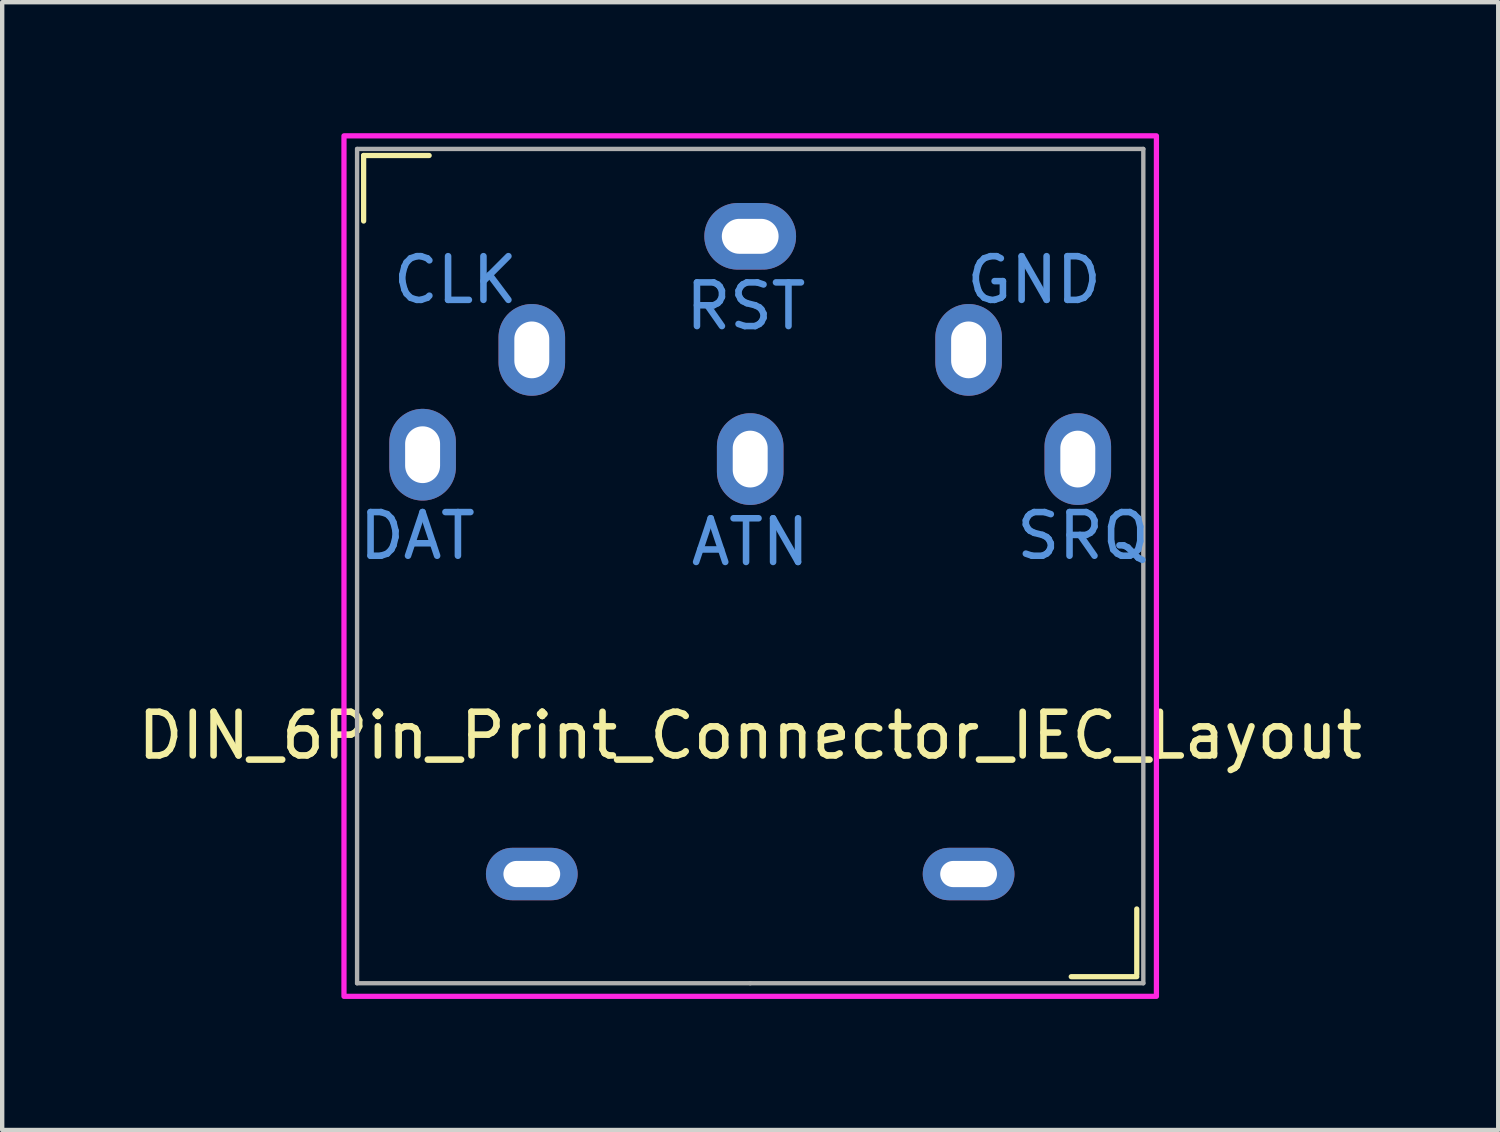
<source format=kicad_pcb>
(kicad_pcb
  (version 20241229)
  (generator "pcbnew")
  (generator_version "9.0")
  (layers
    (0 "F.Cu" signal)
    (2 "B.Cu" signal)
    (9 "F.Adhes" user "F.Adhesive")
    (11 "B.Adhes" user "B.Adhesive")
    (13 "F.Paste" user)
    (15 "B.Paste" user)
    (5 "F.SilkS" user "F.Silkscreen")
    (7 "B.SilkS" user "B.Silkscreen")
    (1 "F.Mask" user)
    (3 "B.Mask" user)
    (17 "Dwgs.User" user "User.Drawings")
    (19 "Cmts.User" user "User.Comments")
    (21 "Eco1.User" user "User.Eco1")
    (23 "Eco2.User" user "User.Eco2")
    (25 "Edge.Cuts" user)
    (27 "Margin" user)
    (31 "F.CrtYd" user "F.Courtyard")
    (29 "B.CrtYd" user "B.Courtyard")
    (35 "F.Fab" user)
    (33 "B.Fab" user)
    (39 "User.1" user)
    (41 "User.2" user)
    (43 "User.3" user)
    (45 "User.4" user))
  (footprint "DIN_6Pin_Print_Connector_IEC_Layout"
    (layer "F.Cu")
    (at 14.125 2.36)
    (property "Reference" "DIN_6Pin_Print_Connector_IEC_Layout" (at 0 11.43 0) (layer "F.SilkS") (effects (font (size 1 1) (thickness 0.15))))
    (attr through_hole)
    (fp_line (start -8.85 -1.85) (end -8.85 -0.35) (stroke (width 0.12) (type solid)) (layer "F.SilkS"))
    (fp_line (start -8.85 -1.85) (end -7.35 -1.85) (stroke (width 0.12) (type solid)) (layer "F.SilkS"))
    (fp_line (start 8.85 16.9) (end 8.85 15.4) (stroke (width 0.12) (type solid)) (layer "F.SilkS"))
    (fp_line (start 8.85 16.95) (end 7.35 16.95) (stroke (width 0.12) (type solid)) (layer "F.SilkS"))
    (fp_rect (start -9.3 -2.3) (end 9.3 17.4) (stroke (width 0.12) (type solid)) (fill no) (layer "F.CrtYd"))
    (fp_line (start -9 -2) (end -9 17.1) (stroke (width 0.1) (type solid)) (layer "F.Fab"))
    (fp_line (start -9 17.1) (end 0 17.1) (stroke (width 0.1) (type solid)) (layer "F.Fab"))
    (fp_line (start 0 17.1) (end 9 17.1) (stroke (width 0.1) (type solid)) (layer "F.Fab"))
    (fp_line (start 9 -2) (end -9 -2) (stroke (width 0.1) (type solid)) (layer "F.Fab"))
    (fp_line (start 9 17.1) (end 9 -2) (stroke (width 0.1) (type solid)) (layer "F.Fab"))
    (fp_text user "SRQ" (at 7.62 6.858 0) (layer "Cmts.User") (effects (font (size 1 1) (thickness 0.15))))
    (fp_text user "ATN" (at 0 7 0) (layer "Cmts.User") (effects (font (size 1 1) (thickness 0.15))))
    (fp_text user "GND" (at 6.5 1 0) (layer "Cmts.User") (effects (font (size 1 1) (thickness 0.15))))
    (fp_text user "RST" (at -0.1 1.6 0) (layer "Cmts.User") (effects (font (size 1 1) (thickness 0.15))))
    (fp_text user "DAT" (at -7.62 6.858 0) (layer "Cmts.User") (effects (font (size 1 1) (thickness 0.15))))
    (fp_text user "CLK" (at -6.75 1 0) (layer "Cmts.User") (effects (font (size 1 1) (thickness 0.15))))
    (pad "1" thru_hole oval (at 7.5 5.1) (size 1.524 2.1) (drill oval 0.8 1.3) (layers "*.Cu" "*.Mask"))
    (pad "2" thru_hole oval (at 5 2.6) (size 1.524 2.1) (drill oval 0.8 1.3) (layers "*.Cu" "*.Mask"))
    (pad "3" thru_hole oval (at 0 5.1) (size 1.524 2.1) (drill oval 0.8 1.3) (layers "*.Cu" "*.Mask"))
    (pad "4" thru_hole oval (at -5 2.6) (size 1.524 2.1) (drill oval 0.8 1.3) (layers "*.Cu" "*.Mask"))
    (pad "5" thru_hole oval (at -7.5 5) (size 1.524 2.1) (drill oval 0.8 1.3) (layers "*.Cu" "*.Mask"))
    (pad "6" thru_hole oval (at 0 0 90) (size 1.524 2.1) (drill oval 0.8 1.3) (layers "*.Cu" "*.Mask"))
    (pad "14" thru_hole oval (at -5 14.6 90) (size 1.2 2.1) (drill oval 0.6 1.3) (layers "*.Cu" "*.Mask"))
    (pad "15" thru_hole oval (at 5 14.6 90) (size 1.2 2.1) (drill oval 0.6 1.3) (layers "*.Cu" "*.Mask")))
  (gr_rect
    (start -3 -3)
    (end 31.25 22.82)
    (stroke (width 0.1) (type default))
    (fill no)
    (layer "Edge.Cuts")))
</source>
